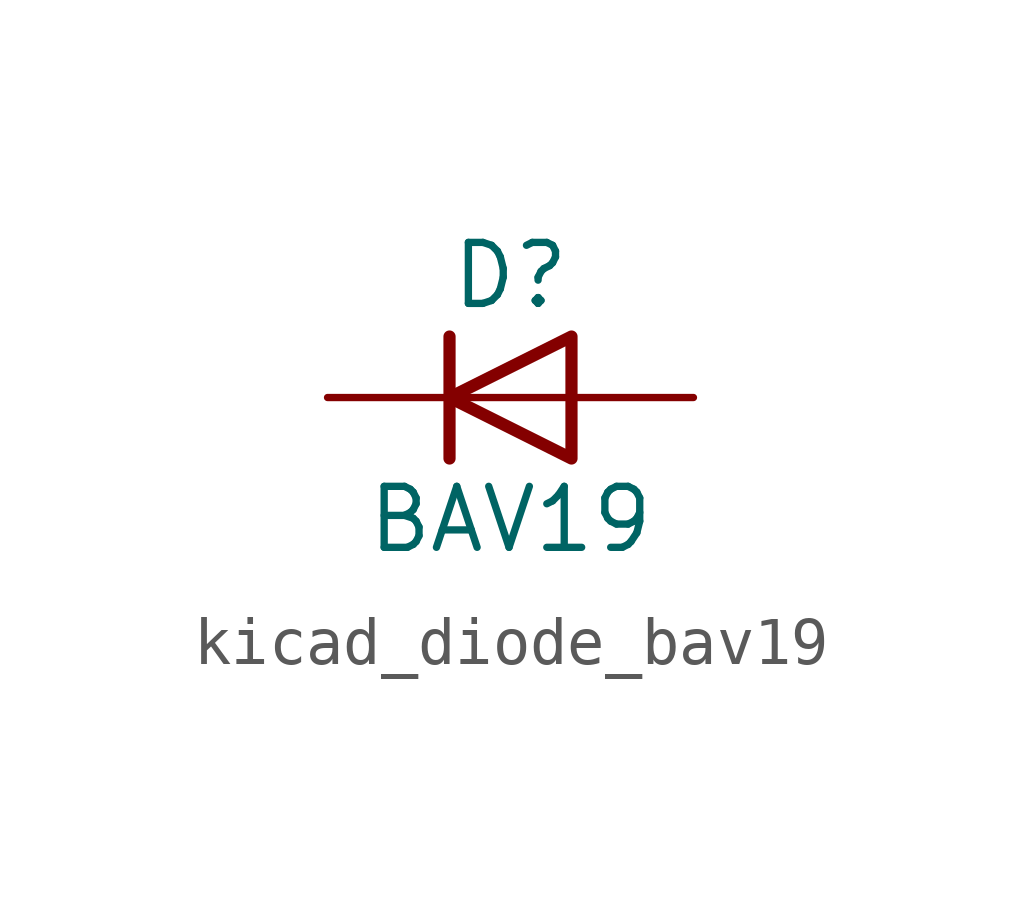
<source format=kicad_sym>
(kicad_symbol_lib
  (version 20220914)
  (generator kicad_symbol_editor)
  (symbol "kicad_diode_bav19"
    (pin_numbers hide)
    (pin_names hide)
    (property "Reference" "D"
      (at 0 2.54 0)
      (effects (font (size 1.27 1.27))))
    (property "Value" "BAV19"
      (at 0 -2.54 0)
      (effects (font (size 1.27 1.27))))
    (symbol "kicad_diode_bav19_0_1"
      (polyline (pts (xy -1.27 1.27) (xy -1.27 -1.27)) (stroke (width 0.254) (type default)) (fill (type none)))
      (polyline (pts (xy 1.27 0) (xy -1.27 0)) (stroke (width 0) (type default)) (fill (type none)))
      (polyline (pts (xy 1.27 1.27) (xy 1.27 -1.27) (xy -1.27 0) (xy 1.27 1.27)) (stroke (width 0.254) (type default)) (fill (type none))))
    (symbol "kicad_diode_bav19_1_1"
      (pin passive line (at -3.81 0 0) (length 2.54) (name "K" (effects (font (size 1.27 1.27)))) (number "1" (effects (font (size 1.27 1.27)))))
      (pin passive line (at 3.81 0 180) (length 2.54) (name "A" (effects (font (size 1.27 1.27)))) (number "2" (effects (font (size 1.27 1.27))))))))
</source>
